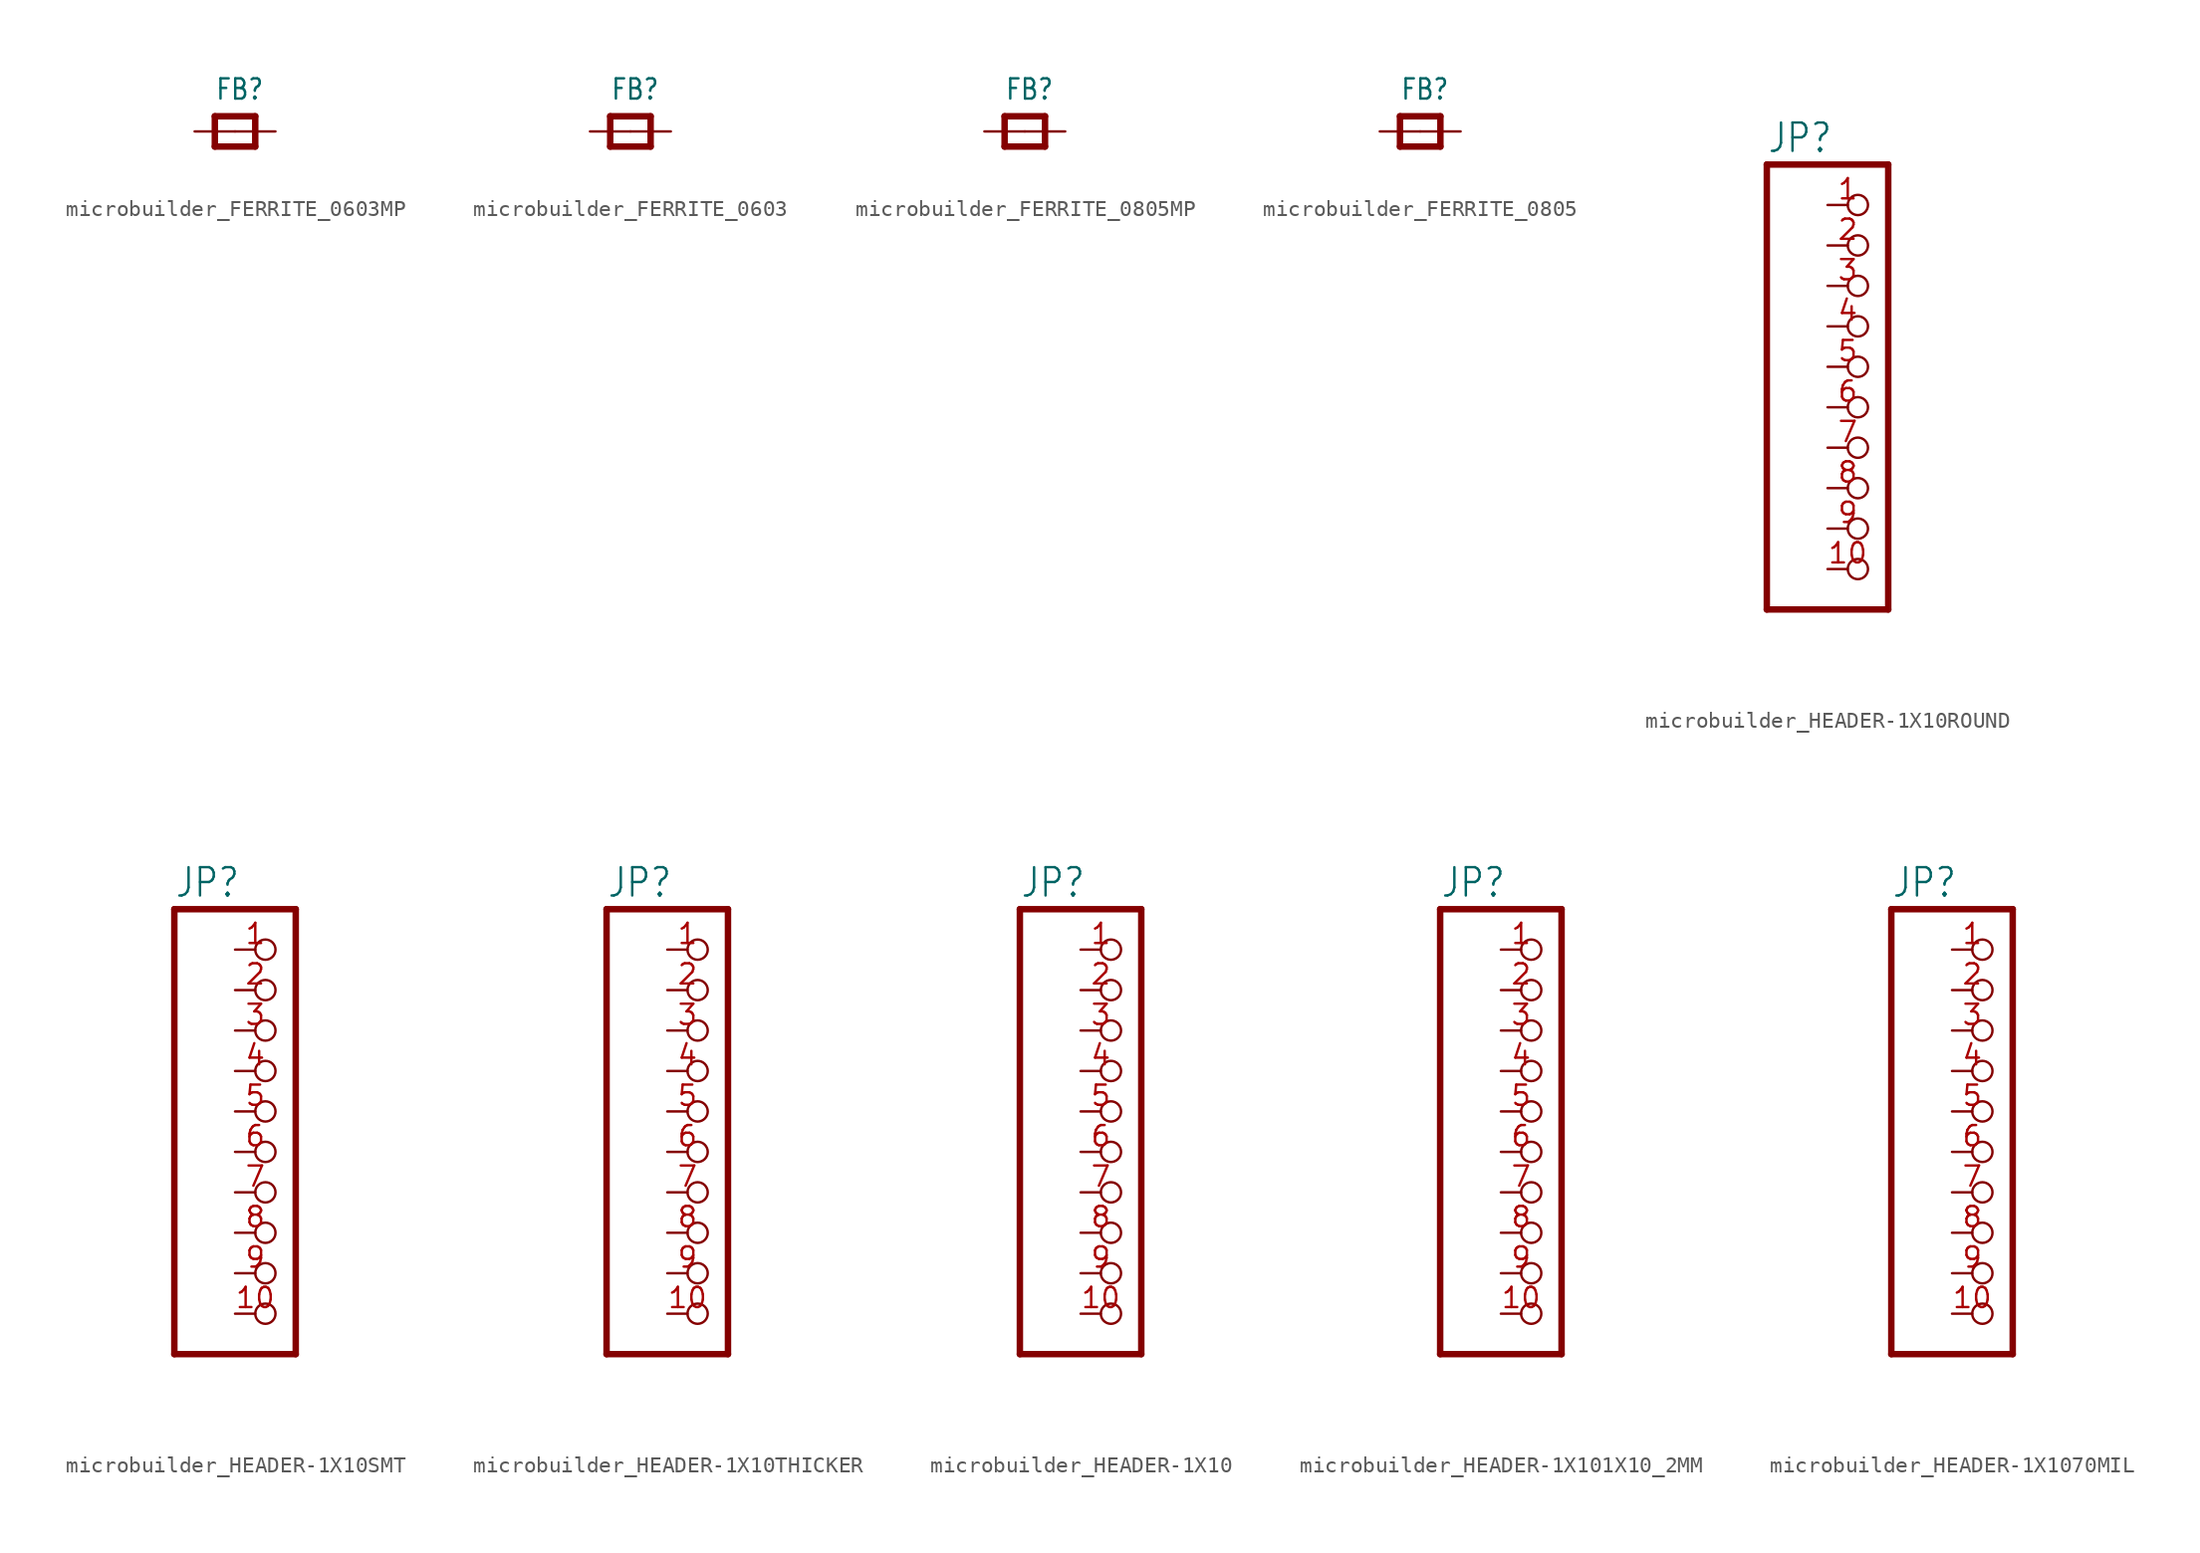
<source format=kicad_sym>
(kicad_symbol_lib
  (version 20220914)
  (generator kicad_symbol_editor)
  (symbol "microbuilder_FERRITE_0603MP"
    (property "Reference" "FB"
      (at -1.27 1.905 0)
      (effects (font (size 1.27 1.079)) (justify left bottom)))
    (property "Value" ""
      (at -1.27 -3.175 0)
      (effects (font (size 1.27 1.079)) (justify left bottom)))
    (property "ki_locked" ""
      (at 0 0 0)
      (effects (font (size 1.27 1.27))))
    (symbol "microbuilder_FERRITE_0603MP_1_0"
      (polyline (pts (xy -1.27 -0.953) (xy -1.27 0.953)) (stroke (width 0.406) (type solid)) (fill (type none)))
      (polyline (pts (xy -1.27 0.953) (xy 1.27 0.953)) (stroke (width 0.406) (type solid)) (fill (type none)))
      (polyline (pts (xy 1.27 -0.953) (xy -1.27 -0.953)) (stroke (width 0.406) (type solid)) (fill (type none)))
      (polyline (pts (xy 1.27 0.953) (xy 1.27 -0.953)) (stroke (width 0.406) (type solid)) (fill (type none)))
      (pin passive line (at -2.54 0 0) (length 2.54) (name "P$1" (effects (font (size 0 0)))) (number "1" (effects (font (size 0 0)))))
      (pin passive line (at 2.54 0 180) (length 2.54) (name "P$2" (effects (font (size 0 0)))) (number "2" (effects (font (size 0 0)))))))
  (symbol "microbuilder_FERRITE_0603"
    (property "Reference" "FB"
      (at -1.27 1.905 0)
      (effects (font (size 1.27 1.079)) (justify left bottom)))
    (property "Value" ""
      (at -1.27 -3.175 0)
      (effects (font (size 1.27 1.079)) (justify left bottom)))
    (property "ki_locked" ""
      (at 0 0 0)
      (effects (font (size 1.27 1.27))))
    (symbol "microbuilder_FERRITE_0603_1_0"
      (polyline (pts (xy -1.27 -0.953) (xy -1.27 0.953)) (stroke (width 0.406) (type solid)) (fill (type none)))
      (polyline (pts (xy -1.27 0.953) (xy 1.27 0.953)) (stroke (width 0.406) (type solid)) (fill (type none)))
      (polyline (pts (xy 1.27 -0.953) (xy -1.27 -0.953)) (stroke (width 0.406) (type solid)) (fill (type none)))
      (polyline (pts (xy 1.27 0.953) (xy 1.27 -0.953)) (stroke (width 0.406) (type solid)) (fill (type none)))
      (pin passive line (at -2.54 0 0) (length 2.54) (name "P$1" (effects (font (size 0 0)))) (number "1" (effects (font (size 0 0)))))
      (pin passive line (at 2.54 0 180) (length 2.54) (name "P$2" (effects (font (size 0 0)))) (number "2" (effects (font (size 0 0)))))))
  (symbol "microbuilder_FERRITE_0805MP"
    (property "Reference" "FB"
      (at -1.27 1.905 0)
      (effects (font (size 1.27 1.079)) (justify left bottom)))
    (property "Value" ""
      (at -1.27 -3.175 0)
      (effects (font (size 1.27 1.079)) (justify left bottom)))
    (property "ki_locked" ""
      (at 0 0 0)
      (effects (font (size 1.27 1.27))))
    (symbol "microbuilder_FERRITE_0805MP_1_0"
      (polyline (pts (xy -1.27 -0.953) (xy -1.27 0.953)) (stroke (width 0.406) (type solid)) (fill (type none)))
      (polyline (pts (xy -1.27 0.953) (xy 1.27 0.953)) (stroke (width 0.406) (type solid)) (fill (type none)))
      (polyline (pts (xy 1.27 -0.953) (xy -1.27 -0.953)) (stroke (width 0.406) (type solid)) (fill (type none)))
      (polyline (pts (xy 1.27 0.953) (xy 1.27 -0.953)) (stroke (width 0.406) (type solid)) (fill (type none)))
      (pin passive line (at -2.54 0 0) (length 2.54) (name "P$1" (effects (font (size 0 0)))) (number "1" (effects (font (size 0 0)))))
      (pin passive line (at 2.54 0 180) (length 2.54) (name "P$2" (effects (font (size 0 0)))) (number "2" (effects (font (size 0 0)))))))
  (symbol "microbuilder_FERRITE_0805"
    (property "Reference" "FB"
      (at -1.27 1.905 0)
      (effects (font (size 1.27 1.079)) (justify left bottom)))
    (property "Value" ""
      (at -1.27 -3.175 0)
      (effects (font (size 1.27 1.079)) (justify left bottom)))
    (property "ki_locked" ""
      (at 0 0 0)
      (effects (font (size 1.27 1.27))))
    (symbol "microbuilder_FERRITE_0805_1_0"
      (polyline (pts (xy -1.27 -0.953) (xy -1.27 0.953)) (stroke (width 0.406) (type solid)) (fill (type none)))
      (polyline (pts (xy -1.27 0.953) (xy 1.27 0.953)) (stroke (width 0.406) (type solid)) (fill (type none)))
      (polyline (pts (xy 1.27 -0.953) (xy -1.27 -0.953)) (stroke (width 0.406) (type solid)) (fill (type none)))
      (polyline (pts (xy 1.27 0.953) (xy 1.27 -0.953)) (stroke (width 0.406) (type solid)) (fill (type none)))
      (pin passive line (at -2.54 0 0) (length 2.54) (name "P$1" (effects (font (size 0 0)))) (number "1" (effects (font (size 0 0)))))
      (pin passive line (at 2.54 0 180) (length 2.54) (name "P$2" (effects (font (size 0 0)))) (number "2" (effects (font (size 0 0)))))))
  (symbol "microbuilder_HEADER-1X10ROUND"
    (property "Reference" "JP"
      (at -6.35 13.335 0)
      (effects (font (size 1.778 1.511)) (justify left bottom)))
    (property "Value" ""
      (at -6.35 -17.78 0)
      (effects (font (size 1.778 1.511)) (justify left bottom)))
    (property "ki_locked" ""
      (at 0 0 0)
      (effects (font (size 1.27 1.27))))
    (symbol "microbuilder_HEADER-1X10ROUND_1_0"
      (polyline (pts (xy -6.35 -15.24) (xy 1.27 -15.24)) (stroke (width 0.406) (type solid)) (fill (type none)))
      (polyline (pts (xy -6.35 12.7) (xy -6.35 -15.24)) (stroke (width 0.406) (type solid)) (fill (type none)))
      (polyline (pts (xy 1.27 -15.24) (xy 1.27 12.7)) (stroke (width 0.406) (type solid)) (fill (type none)))
      (polyline (pts (xy 1.27 12.7) (xy -6.35 12.7)) (stroke (width 0.406) (type solid)) (fill (type none)))
      (pin passive inverted (at -2.54 10.16 0) (length 2.54) (name "1" (effects (font (size 0 0)))) (number "1" (effects (font (size 1.27 1.27)))))
      (pin passive inverted (at -2.54 -12.7 0) (length 2.54) (name "10" (effects (font (size 0 0)))) (number "10" (effects (font (size 1.27 1.27)))))
      (pin passive inverted (at -2.54 7.62 0) (length 2.54) (name "2" (effects (font (size 0 0)))) (number "2" (effects (font (size 1.27 1.27)))))
      (pin passive inverted (at -2.54 5.08 0) (length 2.54) (name "3" (effects (font (size 0 0)))) (number "3" (effects (font (size 1.27 1.27)))))
      (pin passive inverted (at -2.54 2.54 0) (length 2.54) (name "4" (effects (font (size 0 0)))) (number "4" (effects (font (size 1.27 1.27)))))
      (pin passive inverted (at -2.54 0 0) (length 2.54) (name "5" (effects (font (size 0 0)))) (number "5" (effects (font (size 1.27 1.27)))))
      (pin passive inverted (at -2.54 -2.54 0) (length 2.54) (name "6" (effects (font (size 0 0)))) (number "6" (effects (font (size 1.27 1.27)))))
      (pin passive inverted (at -2.54 -5.08 0) (length 2.54) (name "7" (effects (font (size 0 0)))) (number "7" (effects (font (size 1.27 1.27)))))
      (pin passive inverted (at -2.54 -7.62 0) (length 2.54) (name "8" (effects (font (size 0 0)))) (number "8" (effects (font (size 1.27 1.27)))))
      (pin passive inverted (at -2.54 -10.16 0) (length 2.54) (name "9" (effects (font (size 0 0)))) (number "9" (effects (font (size 1.27 1.27)))))))
  (symbol "microbuilder_HEADER-1X10SMT"
    (property "Reference" "JP"
      (at -6.35 13.335 0)
      (effects (font (size 1.778 1.511)) (justify left bottom)))
    (property "Value" ""
      (at -6.35 -17.78 0)
      (effects (font (size 1.778 1.511)) (justify left bottom)))
    (property "ki_locked" ""
      (at 0 0 0)
      (effects (font (size 1.27 1.27))))
    (symbol "microbuilder_HEADER-1X10SMT_1_0"
      (polyline (pts (xy -6.35 -15.24) (xy 1.27 -15.24)) (stroke (width 0.406) (type solid)) (fill (type none)))
      (polyline (pts (xy -6.35 12.7) (xy -6.35 -15.24)) (stroke (width 0.406) (type solid)) (fill (type none)))
      (polyline (pts (xy 1.27 -15.24) (xy 1.27 12.7)) (stroke (width 0.406) (type solid)) (fill (type none)))
      (polyline (pts (xy 1.27 12.7) (xy -6.35 12.7)) (stroke (width 0.406) (type solid)) (fill (type none)))
      (pin passive inverted (at -2.54 10.16 0) (length 2.54) (name "1" (effects (font (size 0 0)))) (number "1" (effects (font (size 1.27 1.27)))))
      (pin passive inverted (at -2.54 -12.7 0) (length 2.54) (name "10" (effects (font (size 0 0)))) (number "10" (effects (font (size 1.27 1.27)))))
      (pin passive inverted (at -2.54 7.62 0) (length 2.54) (name "2" (effects (font (size 0 0)))) (number "2" (effects (font (size 1.27 1.27)))))
      (pin passive inverted (at -2.54 5.08 0) (length 2.54) (name "3" (effects (font (size 0 0)))) (number "3" (effects (font (size 1.27 1.27)))))
      (pin passive inverted (at -2.54 2.54 0) (length 2.54) (name "4" (effects (font (size 0 0)))) (number "4" (effects (font (size 1.27 1.27)))))
      (pin passive inverted (at -2.54 0 0) (length 2.54) (name "5" (effects (font (size 0 0)))) (number "5" (effects (font (size 1.27 1.27)))))
      (pin passive inverted (at -2.54 -2.54 0) (length 2.54) (name "6" (effects (font (size 0 0)))) (number "6" (effects (font (size 1.27 1.27)))))
      (pin passive inverted (at -2.54 -5.08 0) (length 2.54) (name "7" (effects (font (size 0 0)))) (number "7" (effects (font (size 1.27 1.27)))))
      (pin passive inverted (at -2.54 -7.62 0) (length 2.54) (name "8" (effects (font (size 0 0)))) (number "8" (effects (font (size 1.27 1.27)))))
      (pin passive inverted (at -2.54 -10.16 0) (length 2.54) (name "9" (effects (font (size 0 0)))) (number "9" (effects (font (size 1.27 1.27)))))))
  (symbol "microbuilder_HEADER-1X10THICKER"
    (property "Reference" "JP"
      (at -6.35 13.335 0)
      (effects (font (size 1.778 1.511)) (justify left bottom)))
    (property "Value" ""
      (at -6.35 -17.78 0)
      (effects (font (size 1.778 1.511)) (justify left bottom)))
    (property "ki_locked" ""
      (at 0 0 0)
      (effects (font (size 1.27 1.27))))
    (symbol "microbuilder_HEADER-1X10THICKER_1_0"
      (polyline (pts (xy -6.35 -15.24) (xy 1.27 -15.24)) (stroke (width 0.406) (type solid)) (fill (type none)))
      (polyline (pts (xy -6.35 12.7) (xy -6.35 -15.24)) (stroke (width 0.406) (type solid)) (fill (type none)))
      (polyline (pts (xy 1.27 -15.24) (xy 1.27 12.7)) (stroke (width 0.406) (type solid)) (fill (type none)))
      (polyline (pts (xy 1.27 12.7) (xy -6.35 12.7)) (stroke (width 0.406) (type solid)) (fill (type none)))
      (pin passive inverted (at -2.54 10.16 0) (length 2.54) (name "1" (effects (font (size 0 0)))) (number "1" (effects (font (size 1.27 1.27)))))
      (pin passive inverted (at -2.54 -12.7 0) (length 2.54) (name "10" (effects (font (size 0 0)))) (number "10" (effects (font (size 1.27 1.27)))))
      (pin passive inverted (at -2.54 7.62 0) (length 2.54) (name "2" (effects (font (size 0 0)))) (number "2" (effects (font (size 1.27 1.27)))))
      (pin passive inverted (at -2.54 5.08 0) (length 2.54) (name "3" (effects (font (size 0 0)))) (number "3" (effects (font (size 1.27 1.27)))))
      (pin passive inverted (at -2.54 2.54 0) (length 2.54) (name "4" (effects (font (size 0 0)))) (number "4" (effects (font (size 1.27 1.27)))))
      (pin passive inverted (at -2.54 0 0) (length 2.54) (name "5" (effects (font (size 0 0)))) (number "5" (effects (font (size 1.27 1.27)))))
      (pin passive inverted (at -2.54 -2.54 0) (length 2.54) (name "6" (effects (font (size 0 0)))) (number "6" (effects (font (size 1.27 1.27)))))
      (pin passive inverted (at -2.54 -5.08 0) (length 2.54) (name "7" (effects (font (size 0 0)))) (number "7" (effects (font (size 1.27 1.27)))))
      (pin passive inverted (at -2.54 -7.62 0) (length 2.54) (name "8" (effects (font (size 0 0)))) (number "8" (effects (font (size 1.27 1.27)))))
      (pin passive inverted (at -2.54 -10.16 0) (length 2.54) (name "9" (effects (font (size 0 0)))) (number "9" (effects (font (size 1.27 1.27)))))))
  (symbol "microbuilder_HEADER-1X10"
    (property "Reference" "JP"
      (at -6.35 13.335 0)
      (effects (font (size 1.778 1.511)) (justify left bottom)))
    (property "Value" ""
      (at -6.35 -17.78 0)
      (effects (font (size 1.778 1.511)) (justify left bottom)))
    (property "ki_locked" ""
      (at 0 0 0)
      (effects (font (size 1.27 1.27))))
    (symbol "microbuilder_HEADER-1X10_1_0"
      (polyline (pts (xy -6.35 -15.24) (xy 1.27 -15.24)) (stroke (width 0.406) (type solid)) (fill (type none)))
      (polyline (pts (xy -6.35 12.7) (xy -6.35 -15.24)) (stroke (width 0.406) (type solid)) (fill (type none)))
      (polyline (pts (xy 1.27 -15.24) (xy 1.27 12.7)) (stroke (width 0.406) (type solid)) (fill (type none)))
      (polyline (pts (xy 1.27 12.7) (xy -6.35 12.7)) (stroke (width 0.406) (type solid)) (fill (type none)))
      (pin passive inverted (at -2.54 10.16 0) (length 2.54) (name "1" (effects (font (size 0 0)))) (number "1" (effects (font (size 1.27 1.27)))))
      (pin passive inverted (at -2.54 -12.7 0) (length 2.54) (name "10" (effects (font (size 0 0)))) (number "10" (effects (font (size 1.27 1.27)))))
      (pin passive inverted (at -2.54 7.62 0) (length 2.54) (name "2" (effects (font (size 0 0)))) (number "2" (effects (font (size 1.27 1.27)))))
      (pin passive inverted (at -2.54 5.08 0) (length 2.54) (name "3" (effects (font (size 0 0)))) (number "3" (effects (font (size 1.27 1.27)))))
      (pin passive inverted (at -2.54 2.54 0) (length 2.54) (name "4" (effects (font (size 0 0)))) (number "4" (effects (font (size 1.27 1.27)))))
      (pin passive inverted (at -2.54 0 0) (length 2.54) (name "5" (effects (font (size 0 0)))) (number "5" (effects (font (size 1.27 1.27)))))
      (pin passive inverted (at -2.54 -2.54 0) (length 2.54) (name "6" (effects (font (size 0 0)))) (number "6" (effects (font (size 1.27 1.27)))))
      (pin passive inverted (at -2.54 -5.08 0) (length 2.54) (name "7" (effects (font (size 0 0)))) (number "7" (effects (font (size 1.27 1.27)))))
      (pin passive inverted (at -2.54 -7.62 0) (length 2.54) (name "8" (effects (font (size 0 0)))) (number "8" (effects (font (size 1.27 1.27)))))
      (pin passive inverted (at -2.54 -10.16 0) (length 2.54) (name "9" (effects (font (size 0 0)))) (number "9" (effects (font (size 1.27 1.27)))))))
  (symbol "microbuilder_HEADER-1X101X10_2MM"
    (property "Reference" "JP"
      (at -6.35 13.335 0)
      (effects (font (size 1.778 1.511)) (justify left bottom)))
    (property "Value" ""
      (at -6.35 -17.78 0)
      (effects (font (size 1.778 1.511)) (justify left bottom)))
    (property "ki_locked" ""
      (at 0 0 0)
      (effects (font (size 1.27 1.27))))
    (symbol "microbuilder_HEADER-1X101X10_2MM_1_0"
      (polyline (pts (xy -6.35 -15.24) (xy 1.27 -15.24)) (stroke (width 0.406) (type solid)) (fill (type none)))
      (polyline (pts (xy -6.35 12.7) (xy -6.35 -15.24)) (stroke (width 0.406) (type solid)) (fill (type none)))
      (polyline (pts (xy 1.27 -15.24) (xy 1.27 12.7)) (stroke (width 0.406) (type solid)) (fill (type none)))
      (polyline (pts (xy 1.27 12.7) (xy -6.35 12.7)) (stroke (width 0.406) (type solid)) (fill (type none)))
      (pin passive inverted (at -2.54 10.16 0) (length 2.54) (name "1" (effects (font (size 0 0)))) (number "1" (effects (font (size 1.27 1.27)))))
      (pin passive inverted (at -2.54 -12.7 0) (length 2.54) (name "10" (effects (font (size 0 0)))) (number "10" (effects (font (size 1.27 1.27)))))
      (pin passive inverted (at -2.54 7.62 0) (length 2.54) (name "2" (effects (font (size 0 0)))) (number "2" (effects (font (size 1.27 1.27)))))
      (pin passive inverted (at -2.54 5.08 0) (length 2.54) (name "3" (effects (font (size 0 0)))) (number "3" (effects (font (size 1.27 1.27)))))
      (pin passive inverted (at -2.54 2.54 0) (length 2.54) (name "4" (effects (font (size 0 0)))) (number "4" (effects (font (size 1.27 1.27)))))
      (pin passive inverted (at -2.54 0 0) (length 2.54) (name "5" (effects (font (size 0 0)))) (number "5" (effects (font (size 1.27 1.27)))))
      (pin passive inverted (at -2.54 -2.54 0) (length 2.54) (name "6" (effects (font (size 0 0)))) (number "6" (effects (font (size 1.27 1.27)))))
      (pin passive inverted (at -2.54 -5.08 0) (length 2.54) (name "7" (effects (font (size 0 0)))) (number "7" (effects (font (size 1.27 1.27)))))
      (pin passive inverted (at -2.54 -7.62 0) (length 2.54) (name "8" (effects (font (size 0 0)))) (number "8" (effects (font (size 1.27 1.27)))))
      (pin passive inverted (at -2.54 -10.16 0) (length 2.54) (name "9" (effects (font (size 0 0)))) (number "9" (effects (font (size 1.27 1.27)))))))
  (symbol "microbuilder_HEADER-1X1070MIL"
    (property "Reference" "JP"
      (at -6.35 13.335 0)
      (effects (font (size 1.778 1.511)) (justify left bottom)))
    (property "Value" ""
      (at -6.35 -17.78 0)
      (effects (font (size 1.778 1.511)) (justify left bottom)))
    (property "ki_locked" ""
      (at 0 0 0)
      (effects (font (size 1.27 1.27))))
    (symbol "microbuilder_HEADER-1X1070MIL_1_0"
      (polyline (pts (xy -6.35 -15.24) (xy 1.27 -15.24)) (stroke (width 0.406) (type solid)) (fill (type none)))
      (polyline (pts (xy -6.35 12.7) (xy -6.35 -15.24)) (stroke (width 0.406) (type solid)) (fill (type none)))
      (polyline (pts (xy 1.27 -15.24) (xy 1.27 12.7)) (stroke (width 0.406) (type solid)) (fill (type none)))
      (polyline (pts (xy 1.27 12.7) (xy -6.35 12.7)) (stroke (width 0.406) (type solid)) (fill (type none)))
      (pin passive inverted (at -2.54 10.16 0) (length 2.54) (name "1" (effects (font (size 0 0)))) (number "1" (effects (font (size 1.27 1.27)))))
      (pin passive inverted (at -2.54 -12.7 0) (length 2.54) (name "10" (effects (font (size 0 0)))) (number "10" (effects (font (size 1.27 1.27)))))
      (pin passive inverted (at -2.54 7.62 0) (length 2.54) (name "2" (effects (font (size 0 0)))) (number "2" (effects (font (size 1.27 1.27)))))
      (pin passive inverted (at -2.54 5.08 0) (length 2.54) (name "3" (effects (font (size 0 0)))) (number "3" (effects (font (size 1.27 1.27)))))
      (pin passive inverted (at -2.54 2.54 0) (length 2.54) (name "4" (effects (font (size 0 0)))) (number "4" (effects (font (size 1.27 1.27)))))
      (pin passive inverted (at -2.54 0 0) (length 2.54) (name "5" (effects (font (size 0 0)))) (number "5" (effects (font (size 1.27 1.27)))))
      (pin passive inverted (at -2.54 -2.54 0) (length 2.54) (name "6" (effects (font (size 0 0)))) (number "6" (effects (font (size 1.27 1.27)))))
      (pin passive inverted (at -2.54 -5.08 0) (length 2.54) (name "7" (effects (font (size 0 0)))) (number "7" (effects (font (size 1.27 1.27)))))
      (pin passive inverted (at -2.54 -7.62 0) (length 2.54) (name "8" (effects (font (size 0 0)))) (number "8" (effects (font (size 1.27 1.27)))))
      (pin passive inverted (at -2.54 -10.16 0) (length 2.54) (name "9" (effects (font (size 0 0)))) (number "9" (effects (font (size 1.27 1.27))))))))
</source>
